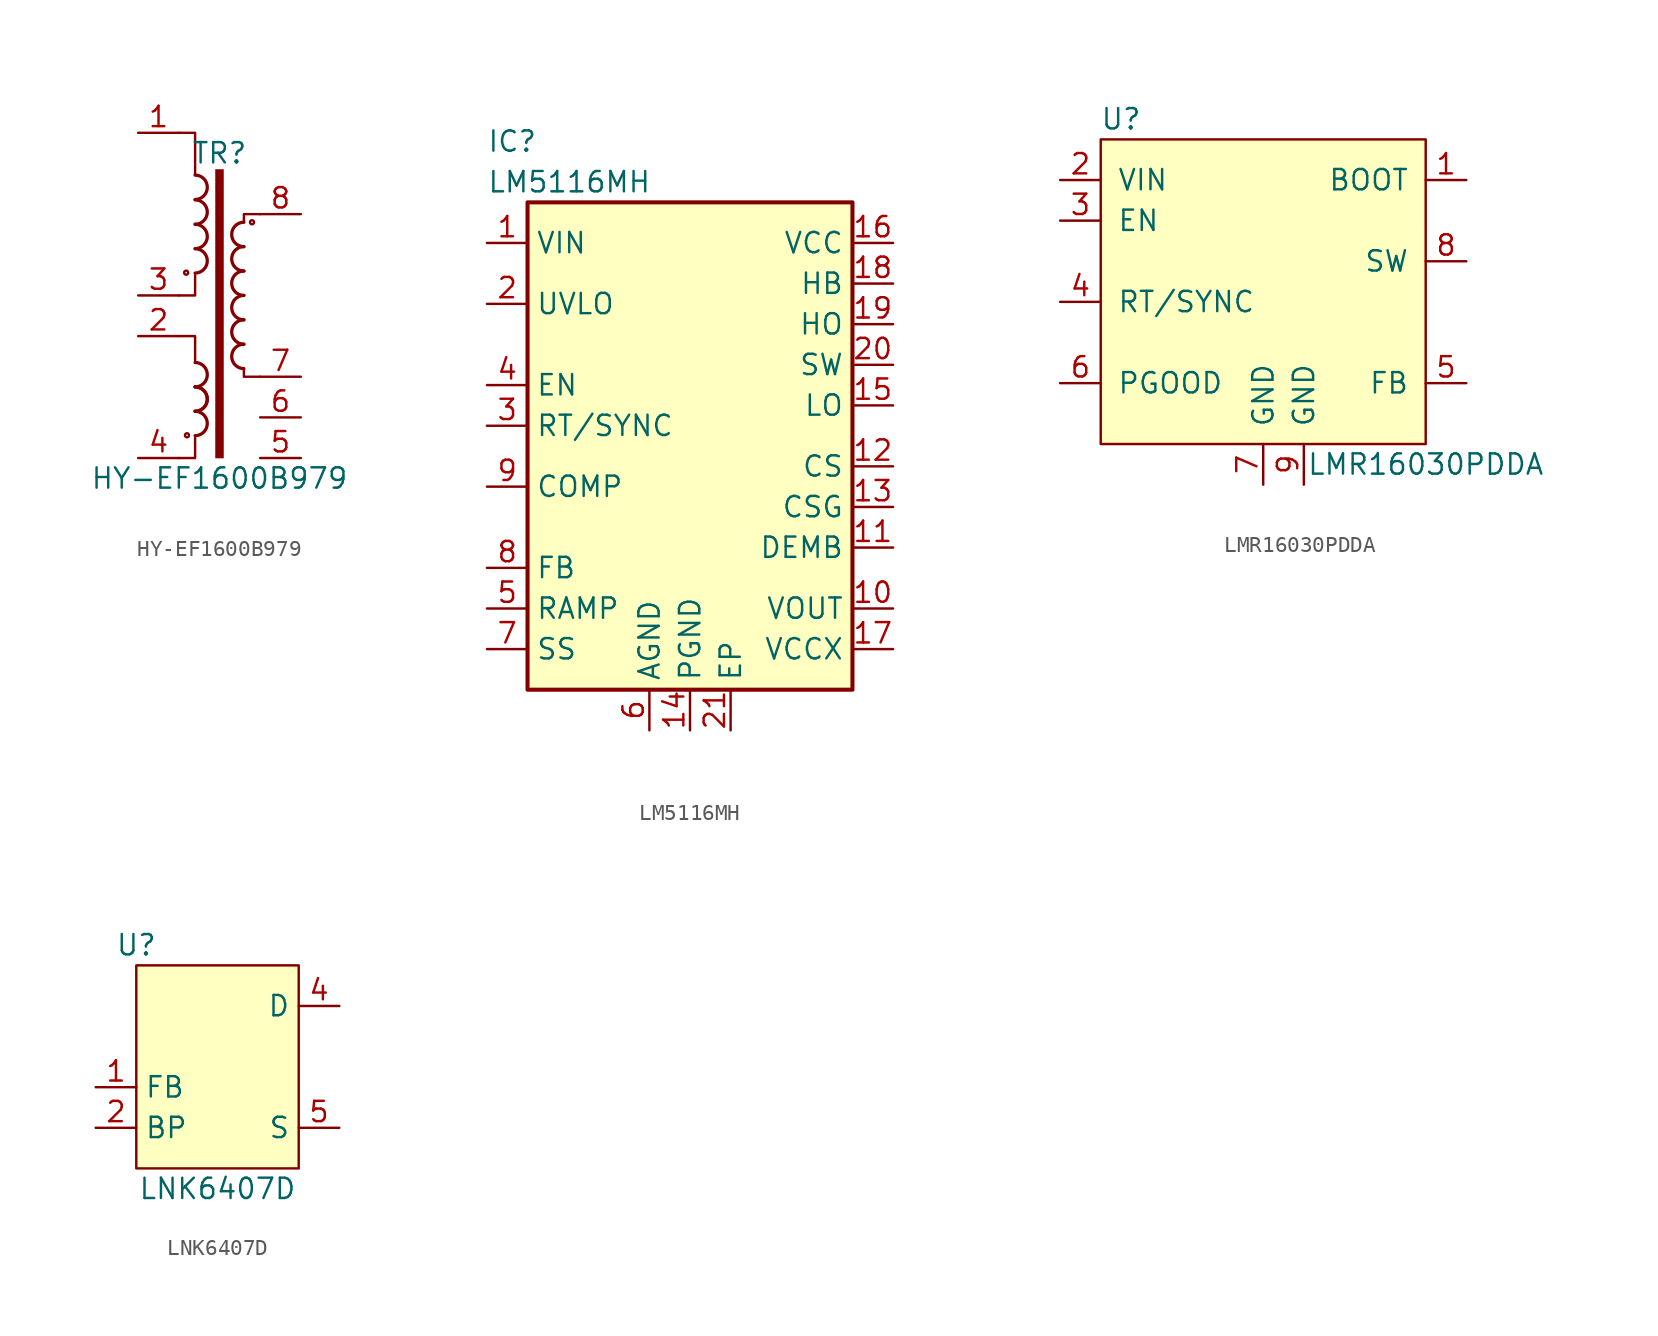
<source format=kicad_sym>
(kicad_symbol_lib
  (version 20231120)
  (generator "kicad_symbol_editor")
  (generator_version "8.0")
  (symbol "HY-EF1600B979"
    (property "Reference" "TR"
      (at 0 8.89 0)
      (effects (font (size 1.27 1.27))))
    (property "Value" "HY-EF1600B979"
      (at 0 -11.43 0)
      (effects (font (size 1.27 1.27))))
    (symbol "HY-EF1600B979_0_1"
      (circle (center -2.083 1.422) (radius 0.127) (stroke (width 0) (type default)) (fill (type none)))
      (circle (center -2.032 -8.738) (radius 0.127) (stroke (width 0) (type default)) (fill (type none)))
      (arc (start -1.524 -8.763) (mid -0.7653 -8.001) (end -1.524 -7.239) (stroke (width 0.2032) (type default)) (fill (type none)))
      (arc (start -1.524 -7.239) (mid -0.7653 -6.477) (end -1.524 -5.715) (stroke (width 0.2032) (type default)) (fill (type none)))
      (arc (start -1.524 -7.239) (mid -0.7653 -6.477) (end -1.524 -5.715) (stroke (width 0.2032) (type default)) (fill (type none)))
      (arc (start -1.524 -5.715) (mid -0.7653 -4.953) (end -1.524 -4.191) (stroke (width 0.2032) (type default)) (fill (type none)))
      (arc (start -1.524 1.397) (mid -0.7653 2.159) (end -1.524 2.921) (stroke (width 0.2032) (type default)) (fill (type none)))
      (arc (start -1.524 2.921) (mid -0.7653 3.683) (end -1.524 4.445) (stroke (width 0.2032) (type default)) (fill (type none)))
      (arc (start -1.524 4.445) (mid -0.7653 5.207) (end -1.524 5.969) (stroke (width 0.2032) (type default)) (fill (type none)))
      (arc (start -1.524 5.9944) (mid -0.7653 6.7564) (end -1.524 7.5184) (stroke (width 0.2032) (type default)) (fill (type none)))
      (rectangle (start -0.254 -10.16) (end 0.254 7.874) (stroke (width 0.025) (type default)) (fill (type outline)))
      (polyline (pts (xy -2.54 -2.54) (xy -1.524 -2.54) (xy -1.524 -4.064)) (stroke (width 0) (type default)) (fill (type none)))
      (polyline (pts (xy -2.54 0) (xy -1.524 0) (xy -1.524 1.27)) (stroke (width 0) (type default)) (fill (type none)))
      (polyline (pts (xy -2.54 10.16) (xy -1.524 10.16) (xy -1.524 7.518)) (stroke (width 0) (type default)) (fill (type none)))
      (polyline (pts (xy -1.524 -8.89) (xy -1.524 -10.16) (xy -2.54 -10.16)) (stroke (width 0) (type default)) (fill (type none)))
      (polyline (pts (xy 1.524 -4.572) (xy 1.524 -5.08) (xy 2.54 -5.08)) (stroke (width 0) (type default)) (fill (type none)))
      (polyline (pts (xy 1.524 4.572) (xy 1.524 5.08) (xy 2.54 5.08)) (stroke (width 0) (type default)) (fill (type none)))
      (arc (start 1.524 -3.048) (mid 0.7653 -3.81) (end 1.524 -4.572) (stroke (width 0.2032) (type default)) (fill (type none)))
      (arc (start 1.524 -1.524) (mid 0.7653 -2.286) (end 1.524 -3.048) (stroke (width 0.2032) (type default)) (fill (type none)))
      (arc (start 1.524 0) (mid 0.7653 -0.762) (end 1.524 -1.524) (stroke (width 0.2032) (type default)) (fill (type none)))
      (arc (start 1.524 1.524) (mid 0.7653 0.762) (end 1.524 0) (stroke (width 0.2032) (type default)) (fill (type none)))
      (arc (start 1.524 3.048) (mid 0.7653 2.286) (end 1.524 1.524) (stroke (width 0.2032) (type default)) (fill (type none)))
      (arc (start 1.524 4.572) (mid 0.7653 3.81) (end 1.524 3.048) (stroke (width 0.2032) (type default)) (fill (type none)))
      (circle (center 2.032 4.572) (radius 0.127) (stroke (width 0) (type default)) (fill (type none))))
    (symbol "HY-EF1600B979_1_1"
      (pin passive line (at -5.08 10.16 0) (length 2.54) (name "~" (effects (font (size 1.27 1.27)))) (number "1" (effects (font (size 1.27 1.27)))))
      (pin passive line (at -5.08 -2.54 0) (length 2.54) (name "~" (effects (font (size 1.27 1.27)))) (number "2" (effects (font (size 1.27 1.27)))))
      (pin passive line (at -5.08 0 0) (length 2.54) (name "~" (effects (font (size 1.27 1.27)))) (number "3" (effects (font (size 1.27 1.27)))))
      (pin passive line (at -5.08 -10.16 0) (length 2.54) (name "~" (effects (font (size 1.27 1.27)))) (number "4" (effects (font (size 1.27 1.27)))))
      (pin passive line (at 5.08 -10.16 180) (length 2.54) (name "~" (effects (font (size 1.27 1.27)))) (number "5" (effects (font (size 1.27 1.27)))))
      (pin passive line (at 5.08 -7.62 180) (length 2.54) (name "~" (effects (font (size 1.27 1.27)))) (number "6" (effects (font (size 1.27 1.27)))))
      (pin passive line (at 5.08 -5.08 180) (length 2.54) (name "~" (effects (font (size 1.27 1.27)))) (number "7" (effects (font (size 1.27 1.27)))))
      (pin passive line (at 5.08 5.08 180) (length 2.54) (name "~" (effects (font (size 1.27 1.27)))) (number "8" (effects (font (size 1.27 1.27)))))))
  (symbol "LM5116MH"
    (property "Reference" "IC"
      (at -12.7 19.05 0)
      (effects (font (size 1.27 1.27)) (justify left)))
    (property "Value" "LM5116MH"
      (at -12.7 16.51 0)
      (effects (font (size 1.27 1.27)) (justify left)))
    (symbol "LM5116MH_0_1"
      (rectangle (start -10.16 15.24) (end 10.16 -15.24) (stroke (width 0.254) (type default)) (fill (type background))))
    (symbol "LM5116MH_1_1"
      (pin power_in line (at -12.7 12.7 0) (length 2.54) (name "VIN" (effects (font (size 1.27 1.27)))) (number "1" (effects (font (size 1.27 1.27)))))
      (pin input line (at 12.7 -10.16 180) (length 2.54) (name "VOUT" (effects (font (size 1.27 1.27)))) (number "10" (effects (font (size 1.27 1.27)))))
      (pin input line (at 12.7 -6.35 180) (length 2.54) (name "DEMB" (effects (font (size 1.27 1.27)))) (number "11" (effects (font (size 1.27 1.27)))))
      (pin input line (at 12.7 -1.27 180) (length 2.54) (name "CS" (effects (font (size 1.27 1.27)))) (number "12" (effects (font (size 1.27 1.27)))))
      (pin input line (at 12.7 -3.81 180) (length 2.54) (name "CSG" (effects (font (size 1.27 1.27)))) (number "13" (effects (font (size 1.27 1.27)))))
      (pin power_in line (at 0 -17.78 90) (length 2.54) (name "PGND" (effects (font (size 1.27 1.27)))) (number "14" (effects (font (size 1.27 1.27)))))
      (pin output line (at 12.7 2.54 180) (length 2.54) (name "LO" (effects (font (size 1.27 1.27)))) (number "15" (effects (font (size 1.27 1.27)))))
      (pin power_out line (at 12.7 12.7 180) (length 2.54) (name "VCC" (effects (font (size 1.27 1.27)))) (number "16" (effects (font (size 1.27 1.27)))))
      (pin power_in line (at 12.7 -12.7 180) (length 2.54) (name "VCCX" (effects (font (size 1.27 1.27)))) (number "17" (effects (font (size 1.27 1.27)))))
      (pin passive line (at 12.7 10.16 180) (length 2.54) (name "HB" (effects (font (size 1.27 1.27)))) (number "18" (effects (font (size 1.27 1.27)))))
      (pin output line (at 12.7 7.62 180) (length 2.54) (name "HO" (effects (font (size 1.27 1.27)))) (number "19" (effects (font (size 1.27 1.27)))))
      (pin input line (at -12.7 8.89 0) (length 2.54) (name "UVLO" (effects (font (size 1.27 1.27)))) (number "2" (effects (font (size 1.27 1.27)))))
      (pin passive line (at 12.7 5.08 180) (length 2.54) (name "SW" (effects (font (size 1.27 1.27)))) (number "20" (effects (font (size 1.27 1.27)))))
      (pin passive line (at 2.54 -17.78 90) (length 2.54) (name "EP" (effects (font (size 1.27 1.27)))) (number "21" (effects (font (size 1.27 1.27)))))
      (pin passive line (at -12.7 1.27 0) (length 2.54) (name "RT/SYNC" (effects (font (size 1.27 1.27)))) (number "3" (effects (font (size 1.27 1.27)))))
      (pin input line (at -12.7 3.81 0) (length 2.54) (name "EN" (effects (font (size 1.27 1.27)))) (number "4" (effects (font (size 1.27 1.27)))))
      (pin passive line (at -12.7 -10.16 0) (length 2.54) (name "RAMP" (effects (font (size 1.27 1.27)))) (number "5" (effects (font (size 1.27 1.27)))))
      (pin power_in line (at -2.54 -17.78 90) (length 2.54) (name "AGND" (effects (font (size 1.27 1.27)))) (number "6" (effects (font (size 1.27 1.27)))))
      (pin passive line (at -12.7 -12.7 0) (length 2.54) (name "SS" (effects (font (size 1.27 1.27)))) (number "7" (effects (font (size 1.27 1.27)))))
      (pin input line (at -12.7 -7.62 0) (length 2.54) (name "FB" (effects (font (size 1.27 1.27)))) (number "8" (effects (font (size 1.27 1.27)))))
      (pin output line (at -12.7 -2.54 0) (length 2.54) (name "COMP" (effects (font (size 1.27 1.27)))) (number "9" (effects (font (size 1.27 1.27)))))))
  (symbol "LMR16030PDDA"
    (pin_names
      (offset 1.016))
    (property "Reference" "U"
      (at -6.35 12.7 0)
      (effects (font (size 1.27 1.27))))
    (property "Value" "LMR16030PDDA"
      (at 12.7 -8.89 0)
      (effects (font (size 1.27 1.27))))
    (symbol "LMR16030PDDA_0_1"
      (rectangle (start -7.62 11.43) (end 12.7 -7.62) (stroke (width 0) (type default)) (fill (type background))))
    (symbol "LMR16030PDDA_1_1"
      (pin input line (at 15.24 8.89 180) (length 2.54) (name "BOOT" (effects (font (size 1.27 1.27)))) (number "1" (effects (font (size 1.27 1.27)))))
      (pin input line (at -10.16 8.89 0) (length 2.54) (name "VIN" (effects (font (size 1.27 1.27)))) (number "2" (effects (font (size 1.27 1.27)))))
      (pin input line (at -10.16 6.35 0) (length 2.54) (name "EN" (effects (font (size 1.27 1.27)))) (number "3" (effects (font (size 1.27 1.27)))))
      (pin input line (at -10.16 1.27 0) (length 2.54) (name "RT/SYNC" (effects (font (size 1.27 1.27)))) (number "4" (effects (font (size 1.27 1.27)))))
      (pin input line (at 15.24 -3.81 180) (length 2.54) (name "FB" (effects (font (size 1.27 1.27)))) (number "5" (effects (font (size 1.27 1.27)))))
      (pin input line (at -10.16 -3.81 0) (length 2.54) (name "PGOOD" (effects (font (size 1.27 1.27)))) (number "6" (effects (font (size 1.27 1.27)))))
      (pin input line (at 2.54 -10.16 90) (length 2.54) (name "GND" (effects (font (size 1.27 1.27)))) (number "7" (effects (font (size 1.27 1.27)))))
      (pin input line (at 15.24 3.81 180) (length 2.54) (name "SW" (effects (font (size 1.27 1.27)))) (number "8" (effects (font (size 1.27 1.27)))))
      (pin input line (at 5.08 -10.16 90) (length 2.54) (name "GND" (effects (font (size 1.27 1.27)))) (number "9" (effects (font (size 1.27 1.27)))))))
  (symbol "LNK6407D"
    (property "Reference" "U"
      (at -5.08 8.89 0)
      (effects (font (size 1.27 1.27))))
    (property "Value" "LNK6407D"
      (at 0 -6.35 0)
      (effects (font (size 1.27 1.27))))
    (symbol "LNK6407D_0_1"
      (rectangle (start -5.08 7.62) (end 5.08 -5.08) (stroke (width 0) (type default)) (fill (type background))))
    (symbol "LNK6407D_1_1"
      (pin passive line (at -7.62 0 0) (length 2.54) (name "FB" (effects (font (size 1.27 1.27)))) (number "1" (effects (font (size 1.27 1.27)))))
      (pin passive line (at -7.62 -2.54 0) (length 2.54) (name "BP" (effects (font (size 1.27 1.27)))) (number "2" (effects (font (size 1.27 1.27)))))
      (pin passive line (at 7.62 5.08 180) (length 2.54) (name "D" (effects (font (size 1.27 1.27)))) (number "4" (effects (font (size 1.27 1.27)))))
      (pin passive line (at 7.62 -2.54 180) (length 2.54) (name "S" (effects (font (size 1.27 1.27)))) (number "5" (effects (font (size 1.27 1.27)))))
      (pin passive line (at 7.62 -2.54 180) (length 2.54) hide (name "S" (effects (font (size 1.27 1.27)))) (number "6" (effects (font (size 1.27 1.27)))))
      (pin passive line (at 7.62 -2.54 180) (length 2.54) hide (name "S" (effects (font (size 1.27 1.27)))) (number "7" (effects (font (size 1.27 1.27)))))
      (pin passive line (at 7.62 -2.54 180) (length 2.54) hide (name "S" (effects (font (size 1.27 1.27)))) (number "8" (effects (font (size 1.27 1.27))))))))
</source>
